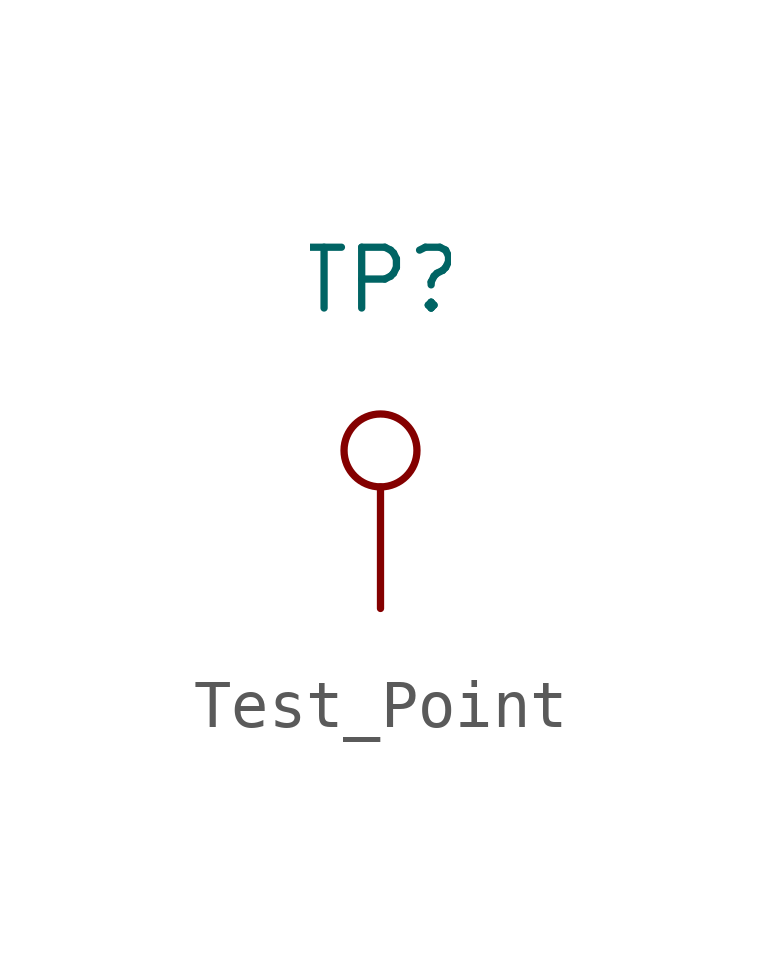
<source format=kicad_sym>
(kicad_symbol_lib
  (version 20211014)
  (generator kicad_symbol_editor)
  (symbol "Test_Point"
    (pin_numbers hide)
    (pin_names
      (offset 0.762) hide)
    (property "Reference" "TP"
      (at 0 6.858 0)
      (effects (font (size 1.27 1.27))))
    (symbol "Test_Point_0_1"
      (circle (center 0 3.302) (radius 0.762) (stroke (width 0) (type default) (color 0 0 0 0)) (fill (type none))))
    (symbol "Test_Point_1_1"
      (pin passive line (at 0 0 90) (length 2.54) (name "1" (effects (font (size 1.27 1.27)))) (number "1" (effects (font (size 1.27 1.27))))))))
</source>
